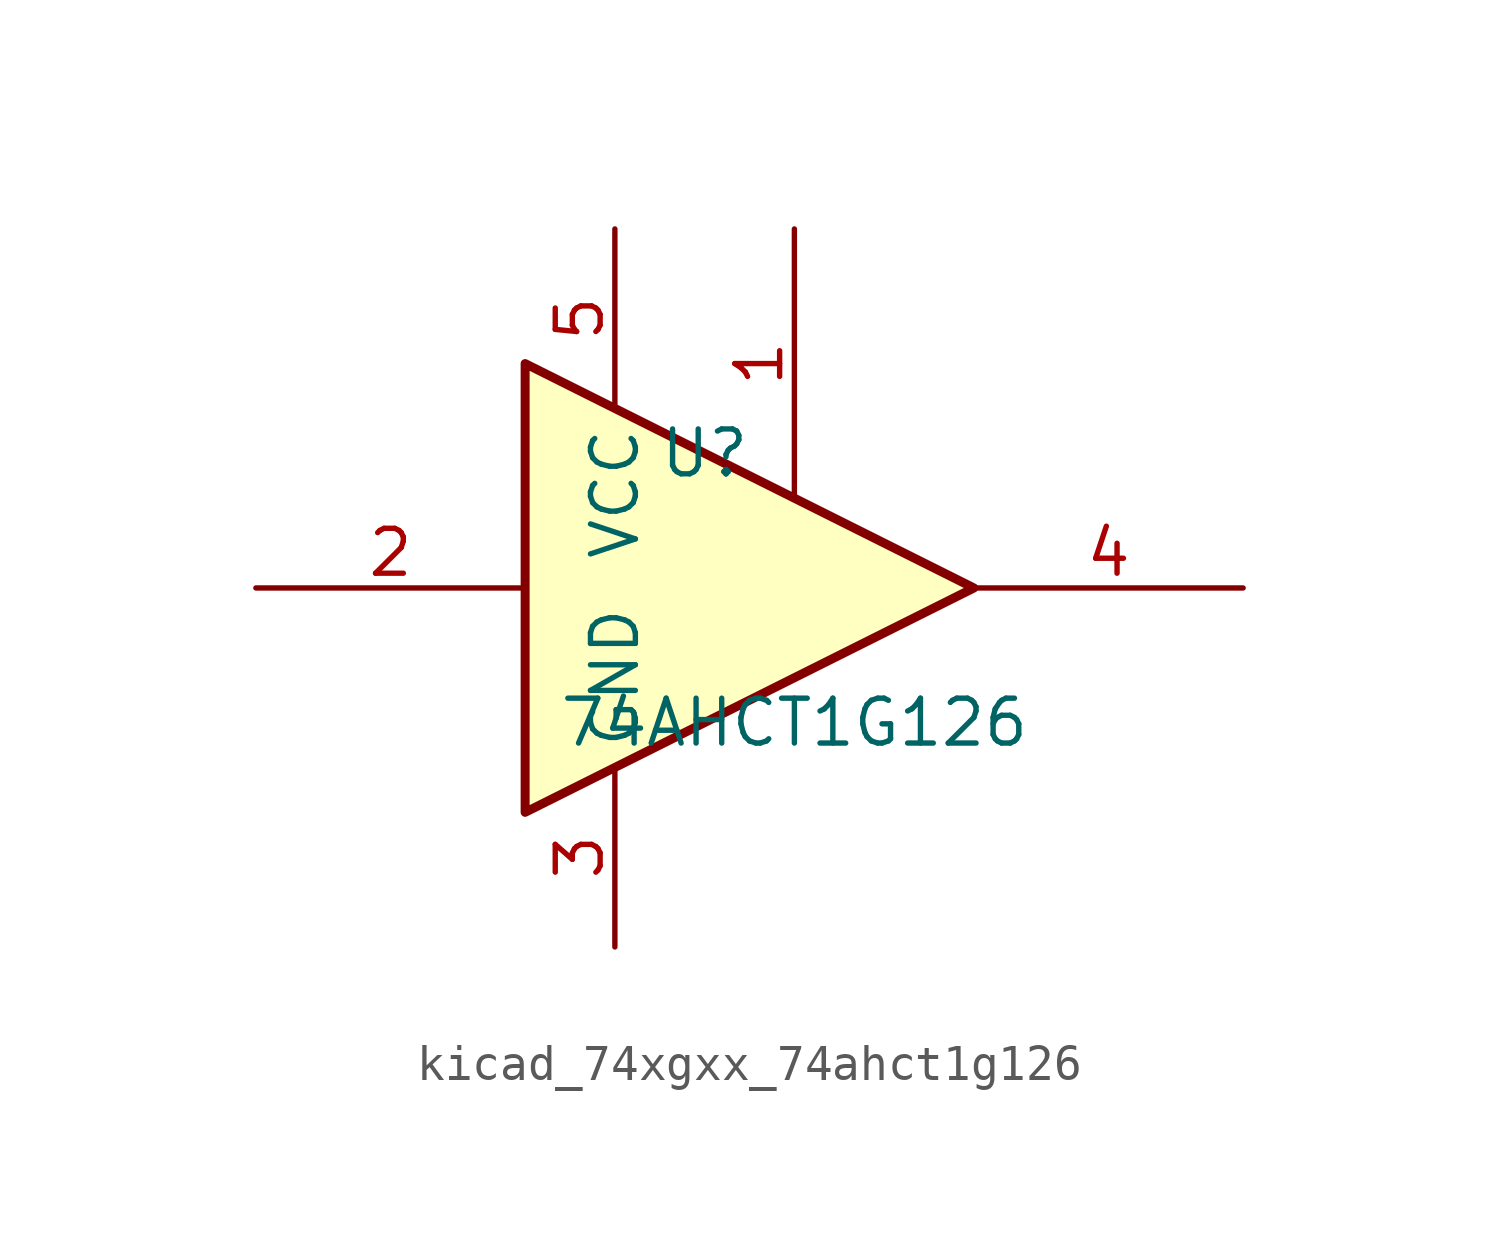
<source format=kicad_sym>
(kicad_symbol_lib
  (version 20220914)
  (generator kicad_symbol_editor)
  (symbol "kicad_74xgxx_74ahct1g126"
    (property "Reference" "U"
      (at -2.54 3.81 0)
      (effects (font (size 1.27 1.27))))
    (property "Value" "74AHCT1G126"
      (at 0 -3.81 0)
      (effects (font (size 1.27 1.27))))
    (symbol "kicad_74xgxx_74ahct1g126_0_1"
      (polyline (pts (xy -7.62 6.35) (xy -7.62 -6.35) (xy 5.08 0) (xy -7.62 6.35)) (stroke (width 0.254) (type default)) (fill (type background))))
    (symbol "kicad_74xgxx_74ahct1g126_1_1"
      (pin input line (at 0 10.16 270) (length 7.62) (name "~" (effects (font (size 1.27 1.27)))) (number "1" (effects (font (size 1.27 1.27)))))
      (pin input line (at -15.24 0 0) (length 7.62) (name "~" (effects (font (size 1.27 1.27)))) (number "2" (effects (font (size 1.27 1.27)))))
      (pin power_in line (at -5.08 -10.16 90) (length 5.08) (name "GND" (effects (font (size 1.27 1.27)))) (number "3" (effects (font (size 1.27 1.27)))))
      (pin tri_state line (at 12.7 0 180) (length 7.62) (name "~" (effects (font (size 1.27 1.27)))) (number "4" (effects (font (size 1.27 1.27)))))
      (pin power_in line (at -5.08 10.16 270) (length 5.08) (name "VCC" (effects (font (size 1.27 1.27)))) (number "5" (effects (font (size 1.27 1.27))))))))
</source>
